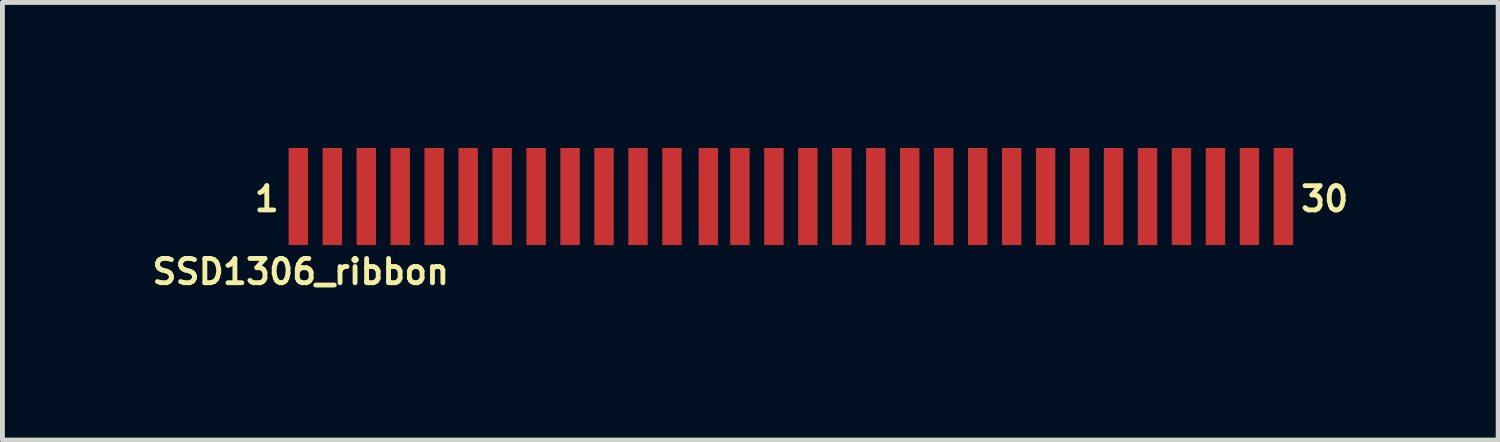
<source format=kicad_pcb>
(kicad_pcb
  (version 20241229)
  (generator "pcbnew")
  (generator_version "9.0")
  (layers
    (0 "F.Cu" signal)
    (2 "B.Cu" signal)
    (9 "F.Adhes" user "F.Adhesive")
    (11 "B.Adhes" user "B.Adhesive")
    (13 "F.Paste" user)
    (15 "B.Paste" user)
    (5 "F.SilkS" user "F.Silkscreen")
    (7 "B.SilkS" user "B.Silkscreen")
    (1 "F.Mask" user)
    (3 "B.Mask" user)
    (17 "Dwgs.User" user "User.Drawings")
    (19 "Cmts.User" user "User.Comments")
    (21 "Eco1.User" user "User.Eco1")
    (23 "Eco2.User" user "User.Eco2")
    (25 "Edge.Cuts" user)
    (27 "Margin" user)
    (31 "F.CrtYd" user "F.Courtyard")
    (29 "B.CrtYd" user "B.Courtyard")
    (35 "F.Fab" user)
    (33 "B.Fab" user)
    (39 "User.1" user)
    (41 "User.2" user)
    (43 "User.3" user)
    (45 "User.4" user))
  (footprint "SSD1306_ribbon"
    (layer "F.Cu")
    (at 13.248 1)
    (property "Reference" "SSD1306_ribbon" (at -10.1 1.55 0) (layer "F.SilkS") (effects (font (size 0.5 0.5) (thickness 0.1))))
    (attr through_hole)
    (fp_text user "30" (at 11 0.05 0) (layer "F.SilkS") (effects (font (size 0.5 0.5) (thickness 0.1))))
    (fp_text user "1" (at -10.8 0.05 0) (layer "F.SilkS") (effects (font (size 0.5 0.5) (thickness 0.1))))
    (pad "1" smd rect (at -10.15 0) (size 0.4 2) (layers "F.Cu" "F.Mask" "F.Paste"))
    (pad "2" smd rect (at -9.45 0) (size 0.4 2) (layers "F.Cu" "F.Mask" "F.Paste"))
    (pad "3" smd rect (at -8.75 0) (size 0.4 2) (layers "F.Cu" "F.Mask" "F.Paste"))
    (pad "4" smd rect (at -8.05 0) (size 0.4 2) (layers "F.Cu" "F.Mask" "F.Paste"))
    (pad "5" smd rect (at -7.35 0) (size 0.4 2) (layers "F.Cu" "F.Mask" "F.Paste"))
    (pad "6" smd rect (at -6.65 0) (size 0.4 2) (layers "F.Cu" "F.Mask" "F.Paste"))
    (pad "7" smd rect (at -5.95 0) (size 0.4 2) (layers "F.Cu" "F.Mask" "F.Paste"))
    (pad "8" smd rect (at -5.25 0) (size 0.4 2) (layers "F.Cu" "F.Mask" "F.Paste"))
    (pad "9" smd rect (at -4.55 0) (size 0.4 2) (layers "F.Cu" "F.Mask" "F.Paste"))
    (pad "10" smd rect (at -3.85 0) (size 0.4 2) (layers "F.Cu" "F.Mask" "F.Paste"))
    (pad "11" smd rect (at -3.15 0) (size 0.4 2) (layers "F.Cu" "F.Mask" "F.Paste"))
    (pad "12" smd rect (at -2.45 0) (size 0.4 2) (layers "F.Cu" "F.Mask" "F.Paste"))
    (pad "13" smd rect (at -1.7 0) (size 0.4 2) (layers "F.Cu" "F.Mask" "F.Paste"))
    (pad "14" smd rect (at -1.05 0) (size 0.4 2) (layers "F.Cu" "F.Mask" "F.Paste"))
    (pad "15" smd rect (at -0.35 0) (size 0.4 2) (layers "F.Cu" "F.Mask" "F.Paste"))
    (pad "16" smd rect (at 0.35 0) (size 0.4 2) (layers "F.Cu" "F.Mask" "F.Paste"))
    (pad "17" smd rect (at 1.05 0) (size 0.4 2) (layers "F.Cu" "F.Mask" "F.Paste"))
    (pad "18" smd rect (at 1.75 0) (size 0.4 2) (layers "F.Cu" "F.Mask" "F.Paste"))
    (pad "19" smd rect (at 2.45 0) (size 0.4 2) (layers "F.Cu" "F.Mask" "F.Paste"))
    (pad "20" smd rect (at 3.15 0) (size 0.4 2) (layers "F.Cu" "F.Mask" "F.Paste"))
    (pad "21" smd rect (at 3.85 0) (size 0.4 2) (layers "F.Cu" "F.Mask" "F.Paste"))
    (pad "22" smd rect (at 4.55 0) (size 0.4 2) (layers "F.Cu" "F.Mask" "F.Paste"))
    (pad "23" smd rect (at 5.25 0) (size 0.4 2) (layers "F.Cu" "F.Mask" "F.Paste"))
    (pad "24" smd rect (at 5.95 0) (size 0.4 2) (layers "F.Cu" "F.Mask" "F.Paste"))
    (pad "25" smd rect (at 6.65 0) (size 0.4 2) (layers "F.Cu" "F.Mask" "F.Paste"))
    (pad "26" smd rect (at 7.35 0) (size 0.4 2) (layers "F.Cu" "F.Mask" "F.Paste"))
    (pad "27" smd rect (at 8.05 0) (size 0.4 2) (layers "F.Cu" "F.Mask" "F.Paste"))
    (pad "28" smd rect (at 8.75 0) (size 0.4 2) (layers "F.Cu" "F.Mask" "F.Paste"))
    (pad "29" smd rect (at 9.45 0) (size 0.4 2) (layers "F.Cu" "F.Mask" "F.Paste"))
    (pad "30" smd rect (at 10.15 0) (size 0.4 2) (layers "F.Cu" "F.Mask" "F.Paste")))
  (gr_rect
    (start -3 -3)
    (end 27.824 6.018)
    (stroke (width 0.1) (type default))
    (fill no)
    (layer "Edge.Cuts")))
</source>
